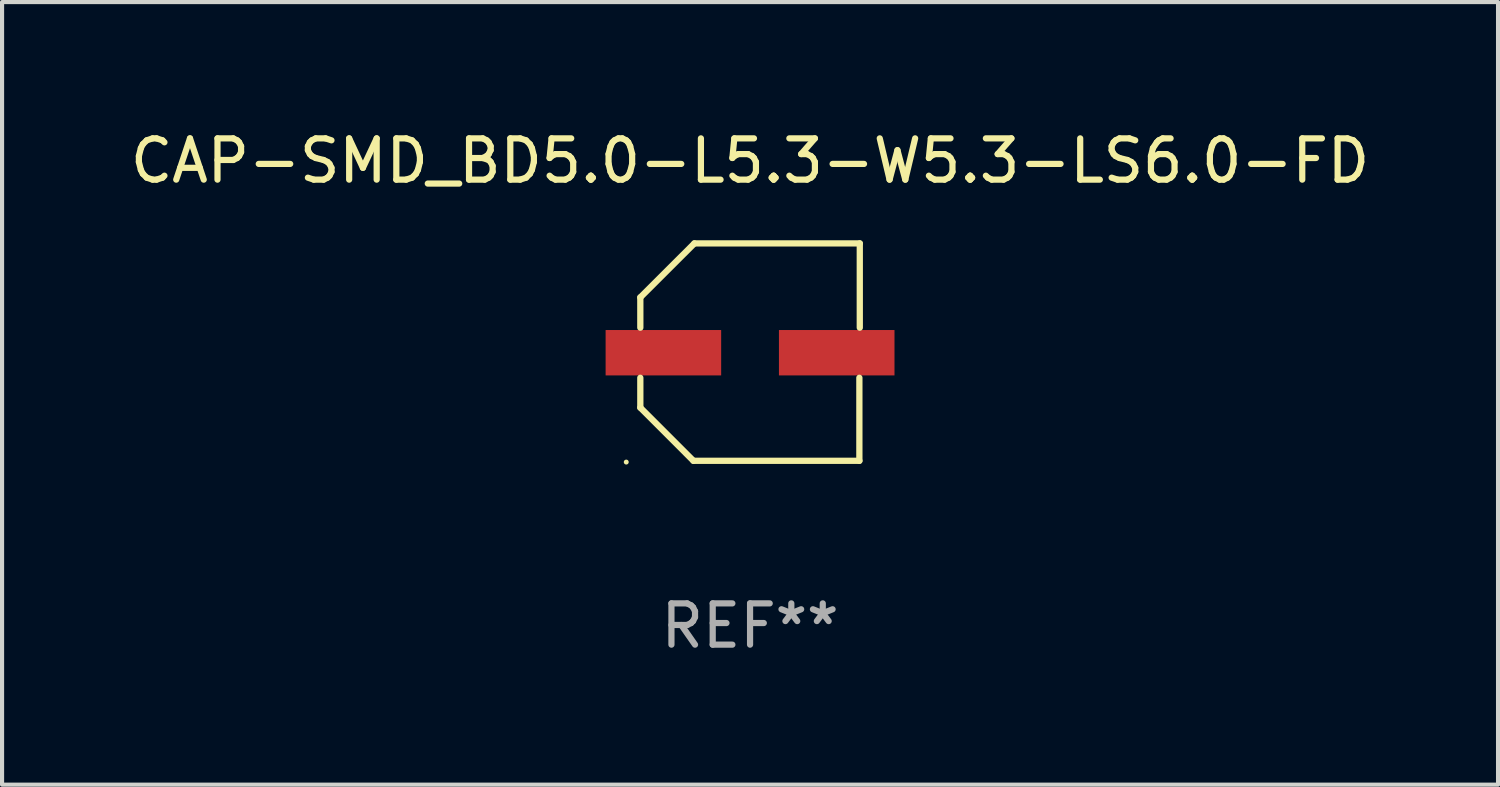
<source format=kicad_pcb>
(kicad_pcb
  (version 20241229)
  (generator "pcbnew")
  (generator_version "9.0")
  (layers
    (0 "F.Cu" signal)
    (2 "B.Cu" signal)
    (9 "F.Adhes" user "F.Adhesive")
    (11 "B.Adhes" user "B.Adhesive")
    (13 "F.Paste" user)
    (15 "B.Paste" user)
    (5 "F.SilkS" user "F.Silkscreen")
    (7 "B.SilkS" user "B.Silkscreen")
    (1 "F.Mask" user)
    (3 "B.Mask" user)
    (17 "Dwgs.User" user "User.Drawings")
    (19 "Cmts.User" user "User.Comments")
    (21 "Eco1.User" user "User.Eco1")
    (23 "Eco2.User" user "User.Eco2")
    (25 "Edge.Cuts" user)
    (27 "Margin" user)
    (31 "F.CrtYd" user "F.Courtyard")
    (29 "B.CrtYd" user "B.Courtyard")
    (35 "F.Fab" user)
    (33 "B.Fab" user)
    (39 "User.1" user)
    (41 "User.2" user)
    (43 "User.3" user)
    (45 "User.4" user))
  (footprint "CAP-SMD_BD5.0-L5.3-W5.3-LS6.0-FD"
    (layer "F.Cu")
    (at 15.125 5.497)
    (property "Reference" "CAP-SMD_BD5.0-L5.3-W5.3-LS6.0-FD" (at -0.000025 -4.649 0) (layer "F.SilkS") (effects (font (size 1 1) (thickness 0.15))))
    (attr through_hole)
    (fp_line (start -2.659 -1.341) (end -2.659 -0.607) (stroke (width 0.152) (type solid)) (layer "F.SilkS"))
    (fp_line (start -2.659 1.331) (end -2.659 0.607) (stroke (width 0.152) (type solid)) (layer "F.SilkS"))
    (fp_line (start -1.372 2.619) (end -2.659 1.331) (stroke (width 0.152) (type solid)) (layer "F.SilkS"))
    (fp_line (start -1.349 -2.649) (end -2.659 -1.341) (stroke (width 0.152) (type solid)) (layer "F.SilkS"))
    (fp_line (start 2.649 0.607) (end 2.649 2.619) (stroke (width 0.152) (type solid)) (layer "F.SilkS"))
    (fp_line (start 2.649 2.619) (end -1.372 2.619) (stroke (width 0.152) (type solid)) (layer "F.SilkS"))
    (fp_line (start 2.659 -2.649) (end -1.349 -2.649) (stroke (width 0.152) (type solid)) (layer "F.SilkS"))
    (fp_line (start 2.659 -0.607) (end 2.659 -2.649) (stroke (width 0.152) (type solid)) (layer "F.SilkS"))
    (fp_circle (center -3 2.65) (end -2.97 2.65) (stroke (width 0.06) (type solid)) (fill no) (layer "F.SilkS"))
    (fp_text user "REF**" (at -0.000025 6.619 0) (layer "F.Fab") (effects (font (size 1 1) (thickness 0.15))))
    (pad "1" smd rect (at -2.1 0) (size 2.8 1.1) (layers "F.Cu" "F.Mask" "F.Paste"))
    (pad "2" smd rect (at 2.1 0) (size 2.8 1.1) (layers "F.Cu" "F.Mask" "F.Paste")))
  (gr_rect
    (start -3 -3)
    (end 33.25 15.964)
    (stroke (width 0.1) (type default))
    (fill no)
    (layer "Edge.Cuts")))
</source>
